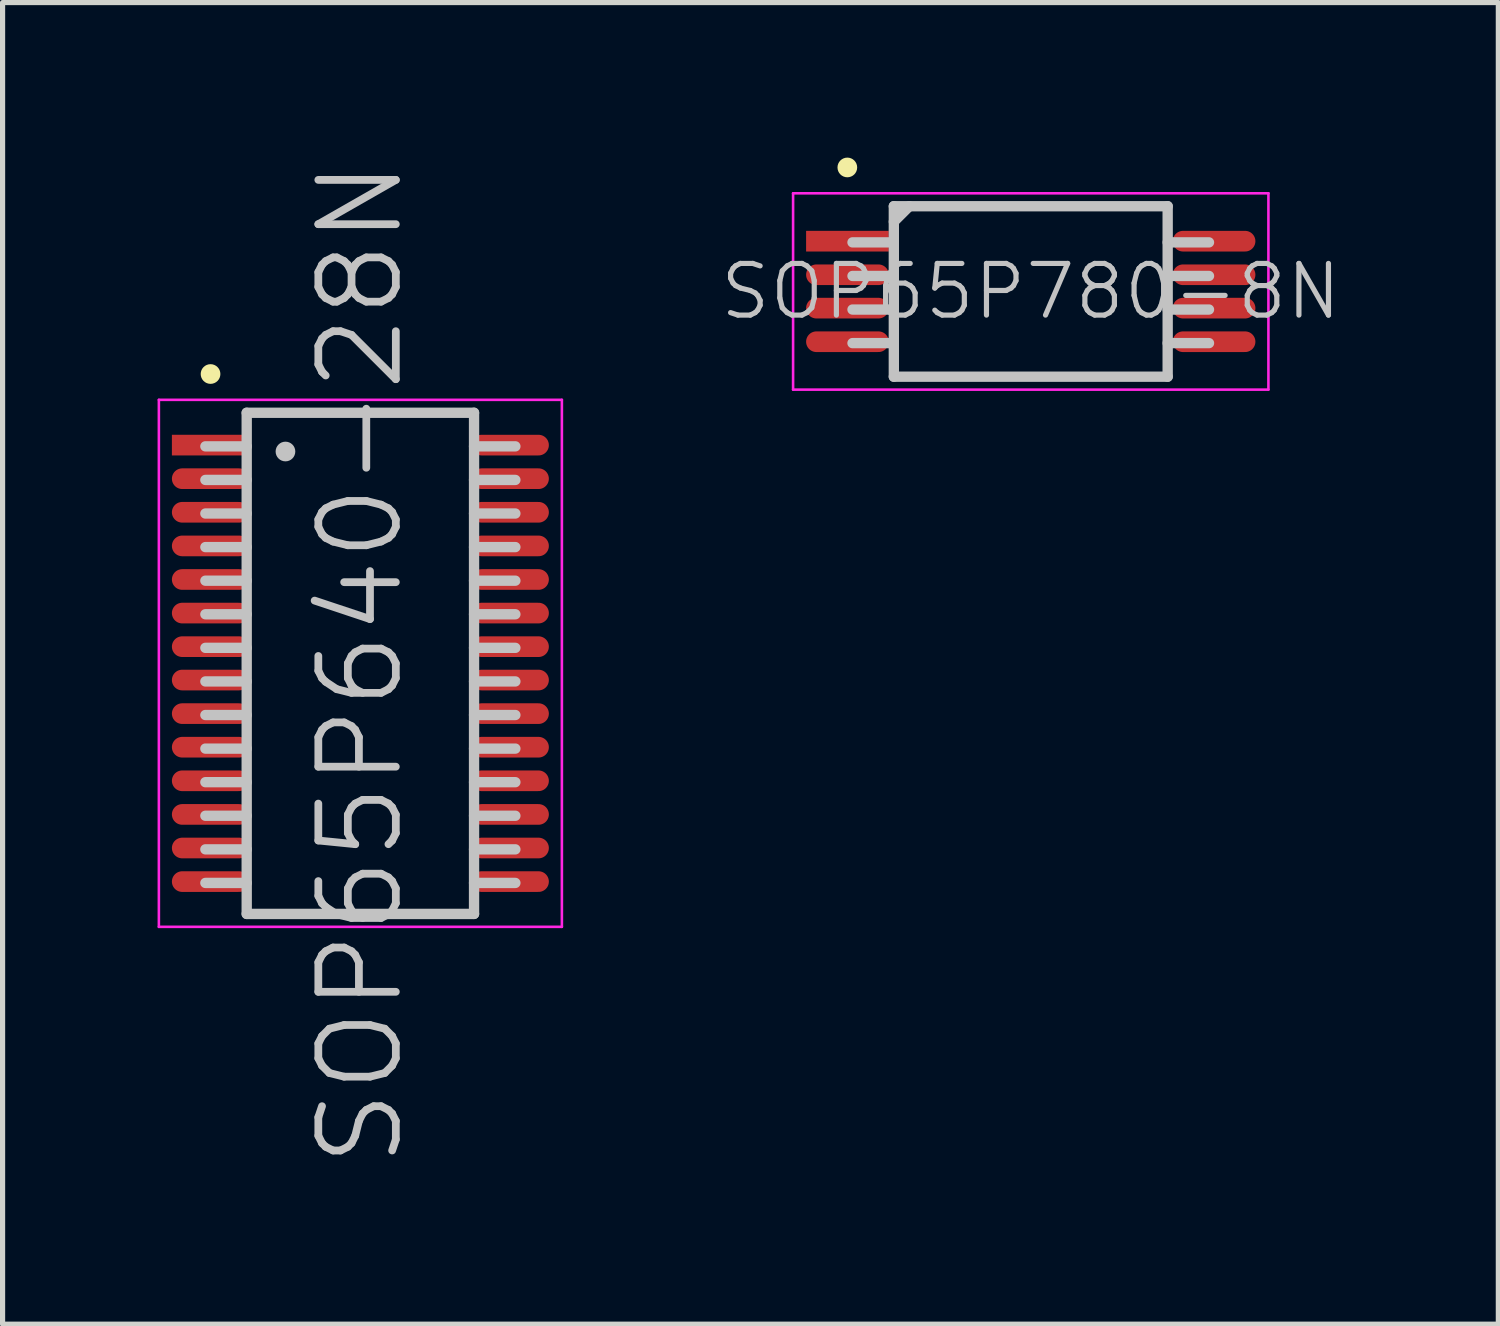
<source format=kicad_pcb>
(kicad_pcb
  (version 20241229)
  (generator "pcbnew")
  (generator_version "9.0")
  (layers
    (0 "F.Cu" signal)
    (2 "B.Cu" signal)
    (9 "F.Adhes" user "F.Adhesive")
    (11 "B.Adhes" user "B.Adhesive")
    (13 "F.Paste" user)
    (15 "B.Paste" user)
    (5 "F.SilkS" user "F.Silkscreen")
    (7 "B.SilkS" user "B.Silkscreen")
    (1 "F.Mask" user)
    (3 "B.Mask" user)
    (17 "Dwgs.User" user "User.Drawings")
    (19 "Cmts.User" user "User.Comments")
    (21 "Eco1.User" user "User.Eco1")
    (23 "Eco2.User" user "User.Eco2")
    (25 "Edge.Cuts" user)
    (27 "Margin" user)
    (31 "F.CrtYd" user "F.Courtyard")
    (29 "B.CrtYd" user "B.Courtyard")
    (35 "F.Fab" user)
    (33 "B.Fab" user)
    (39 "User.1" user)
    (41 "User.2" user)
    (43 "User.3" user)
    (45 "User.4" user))
  (footprint "SOP65P640-28N"
    (layer "F.Cu")
    (at 3.925 9.789)
    (property "Reference" "SOP65P640-28N" (at 0 0 90) (layer "Dwgs.User") (effects (font (size 1.5 1.5) (thickness 0.15))))
    (attr smd)
    (fp_line (start -2.9 -5.6) (end -2.9 -5.6) (stroke (width 0.381) (type solid)) (layer "F.SilkS"))
    (fp_line (start -2.2 -4.85) (end -2.2 4.85) (stroke (width 0.2) (type solid)) (layer "Dwgs.User"))
    (fp_line (start -2.2 -4.85) (end 2.2 -4.85) (stroke (width 0.2) (type solid)) (layer "Dwgs.User"))
    (fp_line (start -2.2 -4.2) (end -3 -4.2) (stroke (width 0.2) (type solid)) (layer "Dwgs.User"))
    (fp_line (start -2.2 -3.55) (end -3 -3.55) (stroke (width 0.2) (type solid)) (layer "Dwgs.User"))
    (fp_line (start -2.2 -2.9) (end -3 -2.9) (stroke (width 0.2) (type solid)) (layer "Dwgs.User"))
    (fp_line (start -2.2 -2.25) (end -3 -2.25) (stroke (width 0.2) (type solid)) (layer "Dwgs.User"))
    (fp_line (start -2.2 -1.6) (end -3 -1.6) (stroke (width 0.2) (type solid)) (layer "Dwgs.User"))
    (fp_line (start -2.2 -0.95) (end -3 -0.95) (stroke (width 0.2) (type solid)) (layer "Dwgs.User"))
    (fp_line (start -2.2 -0.3) (end -3 -0.3) (stroke (width 0.2) (type solid)) (layer "Dwgs.User"))
    (fp_line (start -2.2 0.35) (end -3 0.35) (stroke (width 0.2) (type solid)) (layer "Dwgs.User"))
    (fp_line (start -2.2 1) (end -3 1) (stroke (width 0.2) (type solid)) (layer "Dwgs.User"))
    (fp_line (start -2.2 1.65) (end -3 1.65) (stroke (width 0.2) (type solid)) (layer "Dwgs.User"))
    (fp_line (start -2.2 2.3) (end -3 2.3) (stroke (width 0.2) (type solid)) (layer "Dwgs.User"))
    (fp_line (start -2.2 2.95) (end -3 2.95) (stroke (width 0.2) (type solid)) (layer "Dwgs.User"))
    (fp_line (start -2.2 3.6) (end -3 3.6) (stroke (width 0.2) (type solid)) (layer "Dwgs.User"))
    (fp_line (start -2.2 4.25) (end -3 4.25) (stroke (width 0.2) (type solid)) (layer "Dwgs.User"))
    (fp_line (start -2.2 4.85) (end 2.2 4.85) (stroke (width 0.2) (type solid)) (layer "Dwgs.User"))
    (fp_line (start -1.45 -4.1) (end -1.45 -4.1) (stroke (width 0.381) (type solid)) (layer "Dwgs.User"))
    (fp_line (start 2.2 -4.85) (end 2.2 4.85) (stroke (width 0.2) (type solid)) (layer "Dwgs.User"))
    (fp_line (start 3 -4.2) (end 2.2 -4.2) (stroke (width 0.2) (type solid)) (layer "Dwgs.User"))
    (fp_line (start 3 -3.55) (end 2.2 -3.55) (stroke (width 0.2) (type solid)) (layer "Dwgs.User"))
    (fp_line (start 3 -2.9) (end 2.2 -2.9) (stroke (width 0.2) (type solid)) (layer "Dwgs.User"))
    (fp_line (start 3 -2.25) (end 2.2 -2.25) (stroke (width 0.2) (type solid)) (layer "Dwgs.User"))
    (fp_line (start 3 -1.6) (end 2.2 -1.6) (stroke (width 0.2) (type solid)) (layer "Dwgs.User"))
    (fp_line (start 3 -0.95) (end 2.2 -0.95) (stroke (width 0.2) (type solid)) (layer "Dwgs.User"))
    (fp_line (start 3 -0.3) (end 2.2 -0.3) (stroke (width 0.2) (type solid)) (layer "Dwgs.User"))
    (fp_line (start 3 0.35) (end 2.2 0.35) (stroke (width 0.2) (type solid)) (layer "Dwgs.User"))
    (fp_line (start 3 1) (end 2.2 1) (stroke (width 0.2) (type solid)) (layer "Dwgs.User"))
    (fp_line (start 3 1.65) (end 2.2 1.65) (stroke (width 0.2) (type solid)) (layer "Dwgs.User"))
    (fp_line (start 3 2.3) (end 2.2 2.3) (stroke (width 0.2) (type solid)) (layer "Dwgs.User"))
    (fp_line (start 3 2.95) (end 2.2 2.95) (stroke (width 0.2) (type solid)) (layer "Dwgs.User"))
    (fp_line (start 3 3.6) (end 2.2 3.6) (stroke (width 0.2) (type solid)) (layer "Dwgs.User"))
    (fp_line (start 3 4.25) (end 2.2 4.25) (stroke (width 0.2) (type solid)) (layer "Dwgs.User"))
    (fp_line (start -3.9 -5.1) (end -3.9 5.1) (stroke (width 0.05) (type solid)) (layer "F.CrtYd"))
    (fp_line (start -3.9 -5.1) (end 3.9 -5.1) (stroke (width 0.05) (type solid)) (layer "F.CrtYd"))
    (fp_line (start -3.9 5.1) (end 3.9 5.1) (stroke (width 0.05) (type solid)) (layer "F.CrtYd"))
    (fp_line (start 3.9 -5.1) (end 3.9 5.1) (stroke (width 0.05) (type solid)) (layer "F.CrtYd"))
    (pad "1" smd rect (at -2.898 -4.224 90) (size 0.4 1.5) (layers "F.Cu" "F.Mask" "F.Paste"))
    (pad "2" smd oval (at -2.898 -3.574 90) (size 0.4 1.5) (layers "F.Cu" "F.Mask" "F.Paste"))
    (pad "3" smd oval (at -2.898 -2.924 90) (size 0.4 1.5) (layers "F.Cu" "F.Mask" "F.Paste"))
    (pad "4" smd oval (at -2.898 -2.273 90) (size 0.4 1.5) (layers "F.Cu" "F.Mask" "F.Paste"))
    (pad "5" smd oval (at -2.898 -1.623 90) (size 0.4 1.5) (layers "F.Cu" "F.Mask" "F.Paste"))
    (pad "6" smd oval (at -2.898 -0.973 90) (size 0.4 1.5) (layers "F.Cu" "F.Mask" "F.Paste"))
    (pad "7" smd oval (at -2.898 -0.323 90) (size 0.4 1.5) (layers "F.Cu" "F.Mask" "F.Paste"))
    (pad "8" smd oval (at -2.898 0.323 90) (size 0.4 1.5) (layers "F.Cu" "F.Mask" "F.Paste"))
    (pad "9" smd oval (at -2.898 0.973 90) (size 0.4 1.5) (layers "F.Cu" "F.Mask" "F.Paste"))
    (pad "10" smd oval (at -2.898 1.623 90) (size 0.4 1.5) (layers "F.Cu" "F.Mask" "F.Paste"))
    (pad "11" smd oval (at -2.898 2.273 90) (size 0.4 1.5) (layers "F.Cu" "F.Mask" "F.Paste"))
    (pad "12" smd oval (at -2.898 2.924 90) (size 0.4 1.5) (layers "F.Cu" "F.Mask" "F.Paste"))
    (pad "13" smd oval (at -2.898 3.574 90) (size 0.4 1.5) (layers "F.Cu" "F.Mask" "F.Paste"))
    (pad "14" smd oval (at -2.898 4.224 90) (size 0.4 1.5) (layers "F.Cu" "F.Mask" "F.Paste"))
    (pad "15" smd oval (at 2.898 4.224 270) (size 0.4 1.5) (layers "F.Cu" "F.Mask" "F.Paste"))
    (pad "16" smd oval (at 2.898 3.574 270) (size 0.4 1.5) (layers "F.Cu" "F.Mask" "F.Paste"))
    (pad "17" smd oval (at 2.898 2.924 270) (size 0.4 1.5) (layers "F.Cu" "F.Mask" "F.Paste"))
    (pad "18" smd oval (at 2.898 2.273 270) (size 0.4 1.5) (layers "F.Cu" "F.Mask" "F.Paste"))
    (pad "19" smd oval (at 2.898 1.623 270) (size 0.4 1.5) (layers "F.Cu" "F.Mask" "F.Paste"))
    (pad "20" smd oval (at 2.898 0.973 270) (size 0.4 1.5) (layers "F.Cu" "F.Mask" "F.Paste"))
    (pad "21" smd oval (at 2.898 0.323 270) (size 0.4 1.5) (layers "F.Cu" "F.Mask" "F.Paste"))
    (pad "22" smd oval (at 2.898 -0.323 270) (size 0.4 1.5) (layers "F.Cu" "F.Mask" "F.Paste"))
    (pad "23" smd oval (at 2.898 -0.973 270) (size 0.4 1.5) (layers "F.Cu" "F.Mask" "F.Paste"))
    (pad "24" smd oval (at 2.898 -1.623 270) (size 0.4 1.5) (layers "F.Cu" "F.Mask" "F.Paste"))
    (pad "25" smd oval (at 2.898 -2.273 270) (size 0.4 1.5) (layers "F.Cu" "F.Mask" "F.Paste"))
    (pad "26" smd oval (at 2.898 -2.924 270) (size 0.4 1.5) (layers "F.Cu" "F.Mask" "F.Paste"))
    (pad "27" smd oval (at 2.898 -3.574 270) (size 0.4 1.5) (layers "F.Cu" "F.Mask" "F.Paste"))
    (pad "28" smd oval (at 2.898 -4.224 270) (size 0.4 1.5) (layers "F.Cu" "F.Mask" "F.Paste")))
  (footprint "SOP65P780-8N"
    (layer "F.Cu")
    (at 16.9 2.591)
    (property "Reference" "SOP65P780-8N" (at 0 0 0) (layer "Dwgs.User") (effects (font (size 1 1) (thickness 0.1))))
    (attr smd)
    (fp_line (start -3.55 -2.4) (end -3.55 -2.4) (stroke (width 0.381) (type solid)) (layer "F.SilkS"))
    (fp_line (start -2.65 -1.65) (end -2.65 1.65) (stroke (width 0.2) (type solid)) (layer "Dwgs.User"))
    (fp_line (start -2.65 -1.65) (end 2.65 -1.65) (stroke (width 0.2) (type solid)) (layer "Dwgs.User"))
    (fp_line (start -2.65 -1.35) (end -2.35 -1.65) (stroke (width 0.2) (type solid)) (layer "Dwgs.User"))
    (fp_line (start -2.65 -0.95) (end -3.45 -0.95) (stroke (width 0.2) (type solid)) (layer "Dwgs.User"))
    (fp_line (start -2.65 -0.3) (end -3.45 -0.3) (stroke (width 0.2) (type solid)) (layer "Dwgs.User"))
    (fp_line (start -2.65 0.35) (end -3.45 0.35) (stroke (width 0.2) (type solid)) (layer "Dwgs.User"))
    (fp_line (start -2.65 1) (end -3.45 1) (stroke (width 0.2) (type solid)) (layer "Dwgs.User"))
    (fp_line (start -2.65 1.65) (end 2.65 1.65) (stroke (width 0.2) (type solid)) (layer "Dwgs.User"))
    (fp_line (start 2.65 -1.65) (end 2.65 1.65) (stroke (width 0.2) (type solid)) (layer "Dwgs.User"))
    (fp_line (start 3.45 -0.95) (end 2.65 -0.95) (stroke (width 0.2) (type solid)) (layer "Dwgs.User"))
    (fp_line (start 3.45 -0.3) (end 2.65 -0.3) (stroke (width 0.2) (type solid)) (layer "Dwgs.User"))
    (fp_line (start 3.45 0.35) (end 2.65 0.35) (stroke (width 0.2) (type solid)) (layer "Dwgs.User"))
    (fp_line (start 3.45 1) (end 2.65 1) (stroke (width 0.2) (type solid)) (layer "Dwgs.User"))
    (fp_line (start -4.6 -1.9) (end -4.6 1.9) (stroke (width 0.05) (type solid)) (layer "F.CrtYd"))
    (fp_line (start -4.6 -1.9) (end 4.6 -1.9) (stroke (width 0.05) (type solid)) (layer "F.CrtYd"))
    (fp_line (start -4.6 1.9) (end 4.6 1.9) (stroke (width 0.05) (type solid)) (layer "F.CrtYd"))
    (fp_line (start 4.6 -1.9) (end 4.6 1.9) (stroke (width 0.05) (type solid)) (layer "F.CrtYd"))
    (pad "1" smd rect (at -3.548 -0.973 90) (size 0.4 1.6) (layers "F.Cu" "F.Mask" "F.Paste"))
    (pad "2" smd oval (at -3.548 -0.323 90) (size 0.4 1.6) (layers "F.Cu" "F.Mask" "F.Paste"))
    (pad "3" smd oval (at -3.548 0.323 90) (size 0.4 1.6) (layers "F.Cu" "F.Mask" "F.Paste"))
    (pad "4" smd oval (at -3.548 0.973 90) (size 0.4 1.6) (layers "F.Cu" "F.Mask" "F.Paste"))
    (pad "5" smd oval (at 3.548 0.973 270) (size 0.4 1.6) (layers "F.Cu" "F.Mask" "F.Paste"))
    (pad "6" smd oval (at 3.548 0.323 270) (size 0.4 1.6) (layers "F.Cu" "F.Mask" "F.Paste"))
    (pad "7" smd oval (at 3.548 -0.323 270) (size 0.4 1.6) (layers "F.Cu" "F.Mask" "F.Paste"))
    (pad "8" smd oval (at 3.548 -0.973 270) (size 0.4 1.6) (layers "F.Cu" "F.Mask" "F.Paste")))
  (gr_rect
    (start -3 -3)
    (end 25.95 22.579)
    (stroke (width 0.1) (type default))
    (fill no)
    (layer "Edge.Cuts")))
</source>
